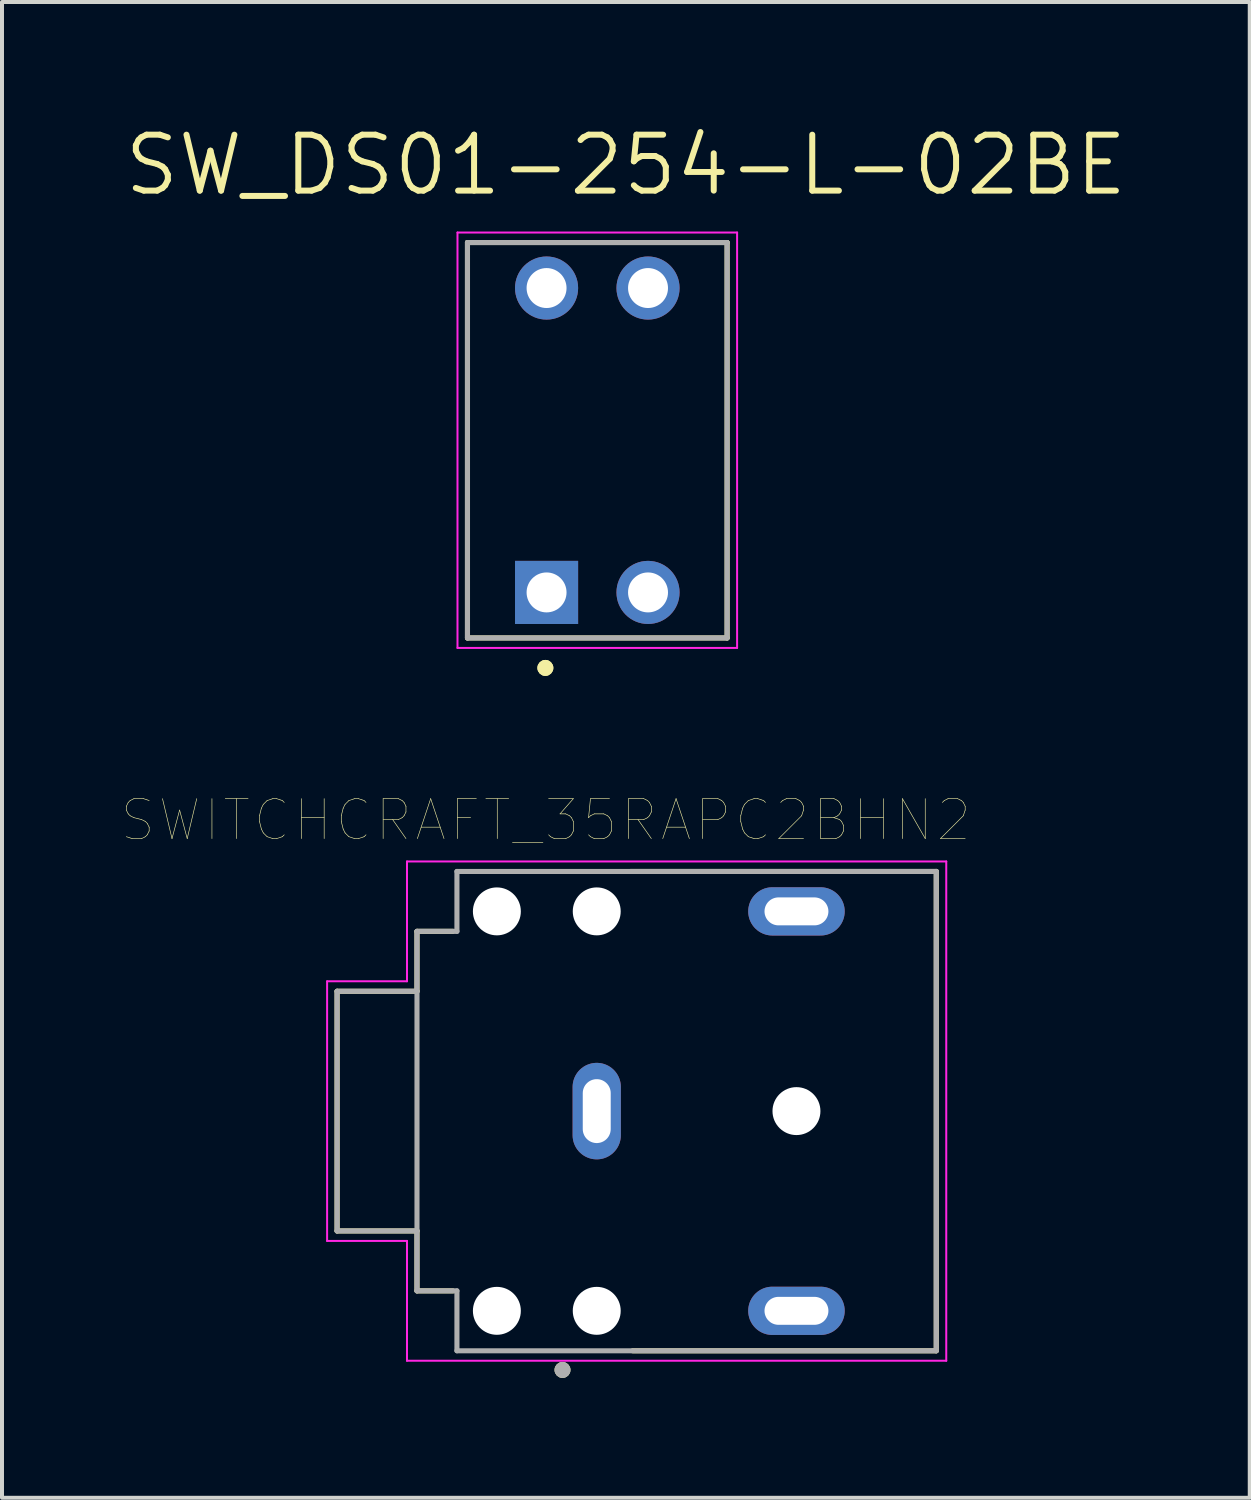
<source format=kicad_pcb>
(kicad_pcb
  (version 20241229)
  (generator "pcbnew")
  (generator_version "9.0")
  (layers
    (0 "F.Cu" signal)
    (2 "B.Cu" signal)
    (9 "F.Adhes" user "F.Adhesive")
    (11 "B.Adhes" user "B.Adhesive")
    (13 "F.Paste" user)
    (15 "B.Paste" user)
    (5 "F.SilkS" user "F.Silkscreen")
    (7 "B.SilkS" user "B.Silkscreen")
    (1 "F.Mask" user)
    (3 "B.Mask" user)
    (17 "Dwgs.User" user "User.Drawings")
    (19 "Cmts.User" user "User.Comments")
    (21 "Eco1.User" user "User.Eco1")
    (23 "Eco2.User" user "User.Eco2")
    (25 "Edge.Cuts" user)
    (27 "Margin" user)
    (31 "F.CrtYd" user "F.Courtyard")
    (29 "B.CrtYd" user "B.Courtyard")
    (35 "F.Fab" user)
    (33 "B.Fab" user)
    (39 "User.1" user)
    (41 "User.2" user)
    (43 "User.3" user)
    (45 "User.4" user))
  (footprint "SWITCHCRAFT_35RAPC2BHN2"
    (layer "F.Cu")
    (at 12.889 24.766)
    (property "Reference" "SWITCHCRAFT_35RAPC2BHN2" (at -2.276 -7.284 0) (layer "F.SilkS") (effects (font (size 1 1) (thickness 0.015))))
    (attr through_hole)
    (fp_circle (center -3.5 -5) (end -3.073 -5) (stroke (width 0.854) (type solid)) (fill no) (layer "F.Mask"))
    (fp_circle (center -3.5 5) (end -3.073 5) (stroke (width 0.854) (type solid)) (fill no) (layer "F.Mask"))
    (fp_circle (center -1 -5) (end -0.573 -5) (stroke (width 0.854) (type solid)) (fill no) (layer "F.Mask"))
    (fp_circle (center -1 5) (end -0.573 5) (stroke (width 0.854) (type solid)) (fill no) (layer "F.Mask"))
    (fp_circle (center 4 0) (end 4.427 0) (stroke (width 0.854) (type solid)) (fill no) (layer "F.Mask"))
    (fp_circle (center -3.5 -5) (end -3.073 -5) (stroke (width 0.854) (type solid)) (fill no) (layer "B.Mask"))
    (fp_circle (center -3.5 5) (end -3.073 5) (stroke (width 0.854) (type solid)) (fill no) (layer "B.Mask"))
    (fp_circle (center -1 -5) (end -0.573 -5) (stroke (width 0.854) (type solid)) (fill no) (layer "B.Mask"))
    (fp_circle (center -1 5) (end -0.573 5) (stroke (width 0.854) (type solid)) (fill no) (layer "B.Mask"))
    (fp_circle (center 4 0) (end 4.427 0) (stroke (width 0.854) (type solid)) (fill no) (layer "B.Mask"))
    (fp_line (start -7.5 -3) (end -5.5 -3) (stroke (width 0.127) (type solid)) (layer "F.SilkS"))
    (fp_line (start -7.5 3) (end -7.5 -3) (stroke (width 0.127) (type solid)) (layer "F.SilkS"))
    (fp_line (start -5.5 -3) (end -5.5 -4.5) (stroke (width 0.127) (type solid)) (layer "F.SilkS"))
    (fp_line (start -5.5 3) (end -7.5 3) (stroke (width 0.127) (type solid)) (layer "F.SilkS"))
    (fp_line (start -5.5 4.5) (end -5.5 3) (stroke (width 0.127) (type solid)) (layer "F.SilkS"))
    (fp_line (start -4.6 -4.5) (end -5.5 -4.5) (stroke (width 0.127) (type solid)) (layer "F.SilkS"))
    (fp_line (start -4.6 4.5) (end -5.5 4.5) (stroke (width 0.127) (type solid)) (layer "F.SilkS"))
    (fp_line (start -0.15 -6) (end 7.5 -6) (stroke (width 0.127) (type solid)) (layer "F.SilkS"))
    (fp_line (start 7.5 -6) (end 7.5 6) (stroke (width 0.127) (type solid)) (layer "F.SilkS"))
    (fp_line (start 7.5 6) (end -0.1 6) (stroke (width 0.127) (type solid)) (layer "F.SilkS"))
    (fp_circle (center -1.857 6.48) (end -1.757 6.48) (stroke (width 0.2) (type solid)) (fill no) (layer "F.SilkS"))
    (fp_line (start -7.75 -3.25) (end -7.75 3.25) (stroke (width 0.05) (type solid)) (layer "F.CrtYd"))
    (fp_line (start -7.75 3.25) (end -5.75 3.25) (stroke (width 0.05) (type solid)) (layer "F.CrtYd"))
    (fp_line (start -5.75 -6.25) (end -5.75 -3.25) (stroke (width 0.05) (type solid)) (layer "F.CrtYd"))
    (fp_line (start -5.75 -3.25) (end -7.75 -3.25) (stroke (width 0.05) (type solid)) (layer "F.CrtYd"))
    (fp_line (start -5.75 3.25) (end -5.75 6.25) (stroke (width 0.05) (type solid)) (layer "F.CrtYd"))
    (fp_line (start -5.75 6.25) (end 7.75 6.25) (stroke (width 0.05) (type solid)) (layer "F.CrtYd"))
    (fp_line (start 7.75 -6.25) (end -5.75 -6.25) (stroke (width 0.05) (type solid)) (layer "F.CrtYd"))
    (fp_line (start 7.75 -6.25) (end 7.75 6.25) (stroke (width 0.05) (type solid)) (layer "F.CrtYd"))
    (fp_line (start -7.5 -3) (end -7.5 3) (stroke (width 0.127) (type solid)) (layer "F.Fab"))
    (fp_line (start -7.5 3) (end -5.5 3) (stroke (width 0.127) (type solid)) (layer "F.Fab"))
    (fp_line (start -5.5 -4.5) (end -5.5 -3) (stroke (width 0.127) (type solid)) (layer "F.Fab"))
    (fp_line (start -5.5 -3) (end -7.5 -3) (stroke (width 0.127) (type solid)) (layer "F.Fab"))
    (fp_line (start -5.5 -3) (end -5.5 3) (stroke (width 0.127) (type solid)) (layer "F.Fab"))
    (fp_line (start -5.5 3) (end -5.5 4.5) (stroke (width 0.127) (type solid)) (layer "F.Fab"))
    (fp_line (start -4.5 -6) (end -4.5 -4.5) (stroke (width 0.127) (type solid)) (layer "F.Fab"))
    (fp_line (start -4.5 -6) (end 7.5 -6) (stroke (width 0.127) (type solid)) (layer "F.Fab"))
    (fp_line (start -4.5 -4.5) (end -5.5 -4.5) (stroke (width 0.127) (type solid)) (layer "F.Fab"))
    (fp_line (start -4.5 4.5) (end -5.5 4.5) (stroke (width 0.127) (type solid)) (layer "F.Fab"))
    (fp_line (start -4.5 4.5) (end -4.5 6) (stroke (width 0.127) (type solid)) (layer "F.Fab"))
    (fp_line (start 7.5 -6) (end 7.5 6) (stroke (width 0.127) (type solid)) (layer "F.Fab"))
    (fp_line (start 7.5 6) (end -4.5 6) (stroke (width 0.127) (type solid)) (layer "F.Fab"))
    (fp_circle (center -1.857 6.48) (end -1.757 6.48) (stroke (width 0.2) (type solid)) (fill no) (layer "F.Fab"))
    (pad "" np_thru_hole circle (at -3.5 -5) (size 1.2 1.2) (drill 1.2) (layers "*.Cu" "*.Mask"))
    (pad "" np_thru_hole circle (at -3.5 5) (size 1.2 1.2) (drill 1.2) (layers "*.Cu" "*.Mask"))
    (pad "" np_thru_hole circle (at -1 -5) (size 1.2 1.2) (drill 1.2) (layers "*.Cu" "*.Mask"))
    (pad "" np_thru_hole circle (at -1 5) (size 1.2 1.2) (drill 1.2) (layers "*.Cu" "*.Mask"))
    (pad "" np_thru_hole circle (at 4 0) (size 1.2 1.2) (drill 1.2) (layers "*.Cu" "*.Mask"))
    (pad "1" thru_hole oval (at -1 0) (size 1.208 2.416) (drill oval 0.7 1.6) (layers "*.Cu" "*.Mask"))
    (pad "2" thru_hole oval (at 4 5) (size 2.416 1.208) (drill oval 1.6 0.7) (layers "*.Cu" "*.Mask"))
    (pad "3" thru_hole oval (at 4 -5) (size 2.416 1.208) (drill oval 1.6 0.7) (layers "*.Cu" "*.Mask")))
  (footprint "SW_DS01-254-L-02BE"
    (layer "F.Cu")
    (at 11.903 7.971)
    (property "Reference" "SW_DS01-254-L-02BE" (at 0.715 -6.889 0) (layer "F.SilkS") (effects (font (size 1.4 1.4) (thickness 0.15))))
    (attr through_hole)
    (fp_line (start -3.25 -4.95) (end 3.25 -4.95) (stroke (width 0.127) (type solid)) (layer "F.SilkS"))
    (fp_line (start -3.25 4.95) (end -3.25 -4.95) (stroke (width 0.127) (type solid)) (layer "F.SilkS"))
    (fp_line (start 3.25 -4.95) (end 3.25 4.95) (stroke (width 0.127) (type solid)) (layer "F.SilkS"))
    (fp_line (start 3.25 4.95) (end -3.25 4.95) (stroke (width 0.127) (type solid)) (layer "F.SilkS"))
    (fp_circle (center -1.3 5.7) (end -1.2 5.7) (stroke (width 0.2) (type solid)) (fill no) (layer "F.SilkS"))
    (fp_circle (center -1.3 5.7) (end -1.2 5.7) (stroke (width 0.2) (type solid)) (fill no) (layer "F.SilkS"))
    (fp_line (start -3.5 -5.2) (end -3.5 5.2) (stroke (width 0.05) (type solid)) (layer "F.CrtYd"))
    (fp_line (start -3.5 5.2) (end 3.5 5.2) (stroke (width 0.05) (type solid)) (layer "F.CrtYd"))
    (fp_line (start 3.5 -5.2) (end -3.5 -5.2) (stroke (width 0.05) (type solid)) (layer "F.CrtYd"))
    (fp_line (start 3.5 5.2) (end 3.5 -5.2) (stroke (width 0.05) (type solid)) (layer "F.CrtYd"))
    (fp_line (start -3.25 -4.95) (end 3.25 -4.95) (stroke (width 0.127) (type solid)) (layer "F.Fab"))
    (fp_line (start -3.25 4.95) (end -3.25 -4.95) (stroke (width 0.127) (type solid)) (layer "F.Fab"))
    (fp_line (start 3.25 -4.95) (end 3.25 4.95) (stroke (width 0.127) (type solid)) (layer "F.Fab"))
    (fp_line (start 3.25 4.95) (end -3.25 4.95) (stroke (width 0.127) (type solid)) (layer "F.Fab"))
    (pad "1A" thru_hole rect (at -1.27 3.81) (size 1.58 1.58) (drill 1) (layers "*.Cu" "*.Mask"))
    (pad "1B" thru_hole circle (at -1.27 -3.81) (size 1.58 1.58) (drill 1) (layers "*.Cu" "*.Mask"))
    (pad "2A" thru_hole circle (at 1.27 3.81) (size 1.58 1.58) (drill 1) (layers "*.Cu" "*.Mask"))
    (pad "2B" thru_hole circle (at 1.27 -3.81) (size 1.58 1.58) (drill 1) (layers "*.Cu" "*.Mask")))
  (gr_rect
    (start -3 -3)
    (end 28.237 34.446)
    (stroke (width 0.1) (type default))
    (fill no)
    (layer "Edge.Cuts")))
</source>
